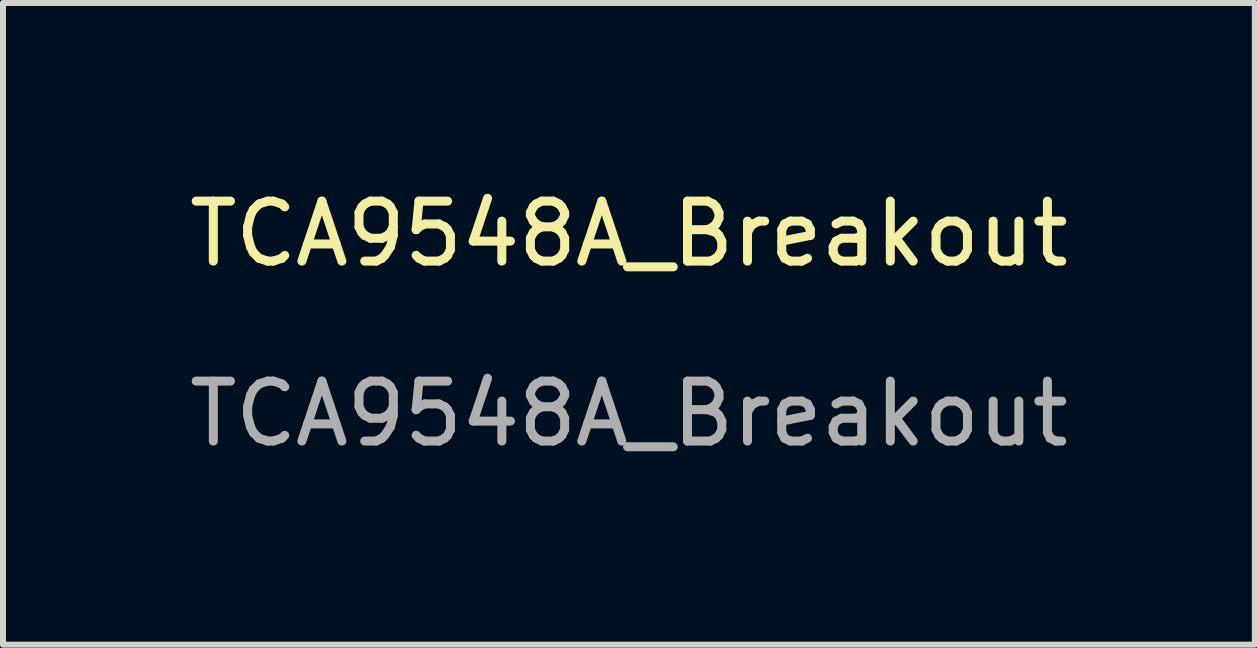
<source format=kicad_pcb>
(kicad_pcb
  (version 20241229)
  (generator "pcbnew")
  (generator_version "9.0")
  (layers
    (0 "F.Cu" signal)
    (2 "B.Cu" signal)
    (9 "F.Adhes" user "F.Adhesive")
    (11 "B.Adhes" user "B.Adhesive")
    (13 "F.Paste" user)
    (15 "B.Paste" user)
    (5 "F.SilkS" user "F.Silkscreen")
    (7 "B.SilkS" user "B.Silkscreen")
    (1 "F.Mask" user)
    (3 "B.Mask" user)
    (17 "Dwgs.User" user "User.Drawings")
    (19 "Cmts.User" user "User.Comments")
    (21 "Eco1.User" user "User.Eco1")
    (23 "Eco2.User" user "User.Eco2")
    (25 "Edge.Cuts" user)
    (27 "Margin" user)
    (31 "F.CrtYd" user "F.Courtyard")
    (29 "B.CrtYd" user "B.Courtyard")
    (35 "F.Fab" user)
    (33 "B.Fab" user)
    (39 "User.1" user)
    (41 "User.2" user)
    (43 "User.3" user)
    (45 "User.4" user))
  (footprint "TCA9548A_Breakout"
    (layer "F.Cu")
    (at 7.435 1.348)
    (property "Reference" "TCA9548A_Breakout" (at 0 -0.5 0) (unlocked yes) (layer "F.SilkS") (effects (font (size 1 1) (thickness 0.15))))
    (attr through_hole)
    (fp_text user "${REFERENCE}" (at 0 2.5 0) (unlocked yes) (layer "F.Fab") (effects (font (size 1 1) (thickness 0.15)))))
  (gr_rect
    (start -3 -3)
    (end 17.869 7.697)
    (stroke (width 0.1) (type default))
    (fill no)
    (layer "Edge.Cuts")))
</source>
